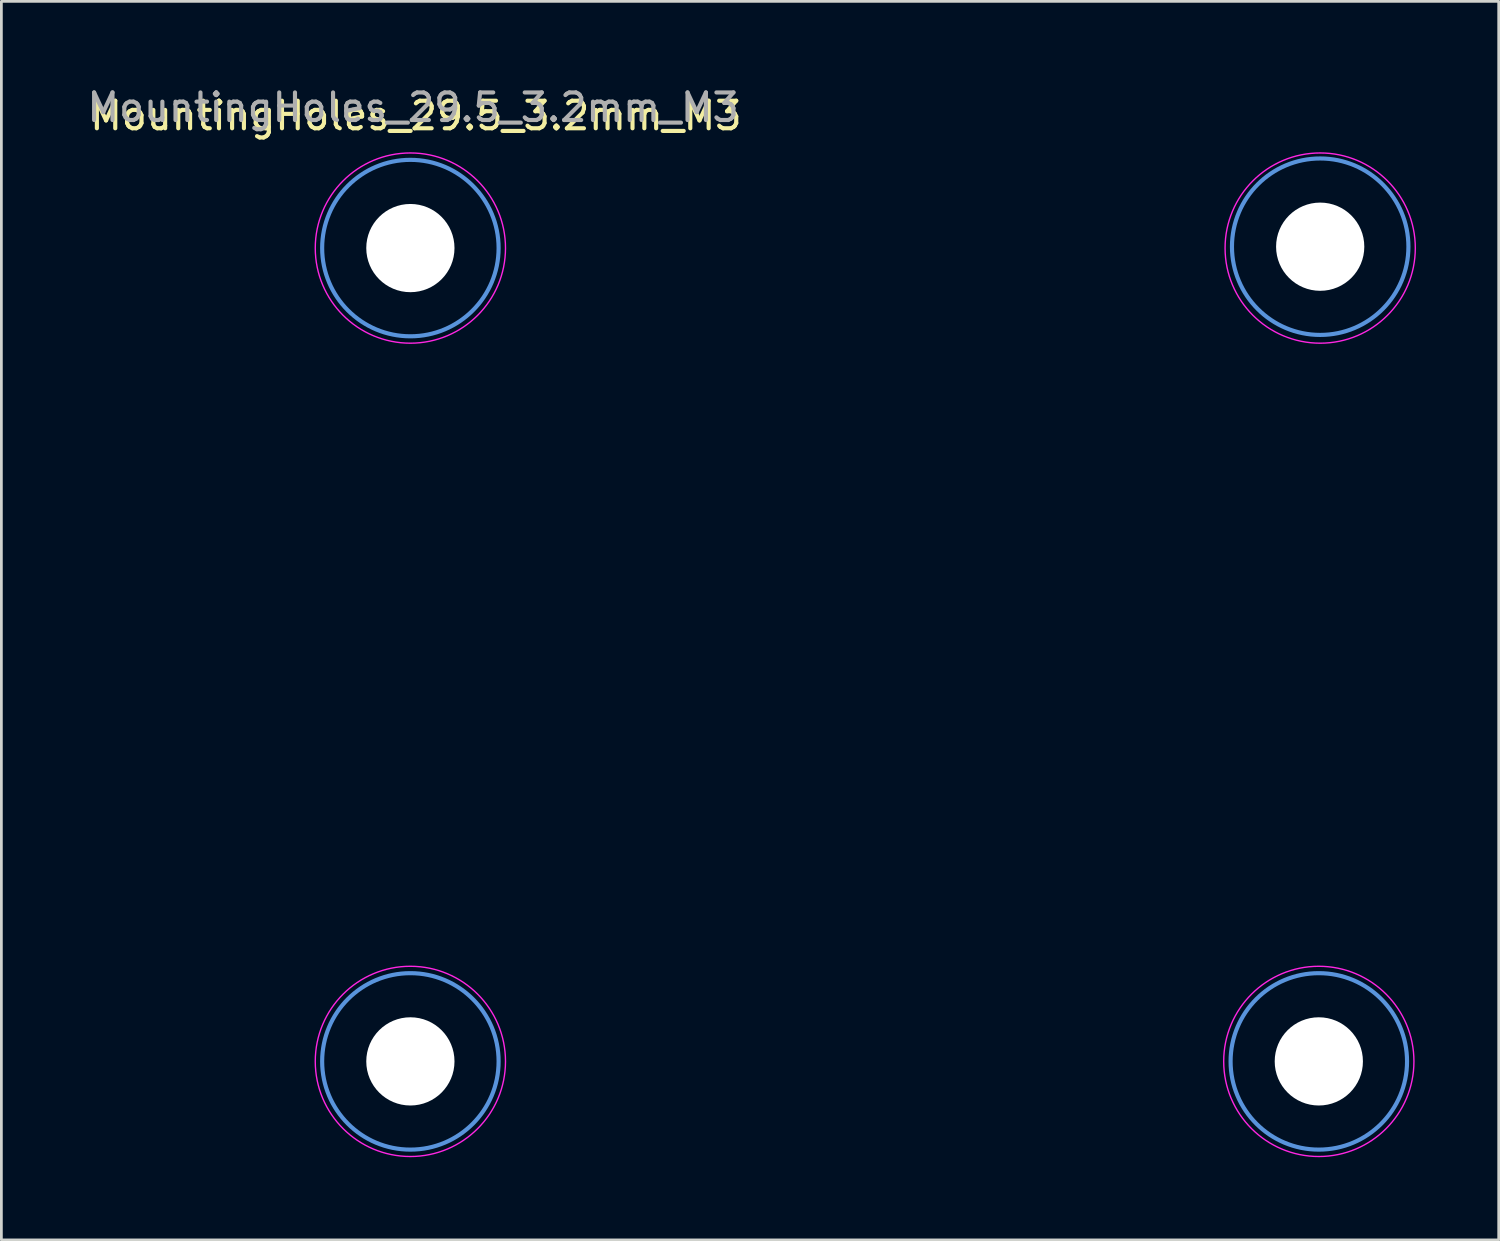
<source format=kicad_pcb>
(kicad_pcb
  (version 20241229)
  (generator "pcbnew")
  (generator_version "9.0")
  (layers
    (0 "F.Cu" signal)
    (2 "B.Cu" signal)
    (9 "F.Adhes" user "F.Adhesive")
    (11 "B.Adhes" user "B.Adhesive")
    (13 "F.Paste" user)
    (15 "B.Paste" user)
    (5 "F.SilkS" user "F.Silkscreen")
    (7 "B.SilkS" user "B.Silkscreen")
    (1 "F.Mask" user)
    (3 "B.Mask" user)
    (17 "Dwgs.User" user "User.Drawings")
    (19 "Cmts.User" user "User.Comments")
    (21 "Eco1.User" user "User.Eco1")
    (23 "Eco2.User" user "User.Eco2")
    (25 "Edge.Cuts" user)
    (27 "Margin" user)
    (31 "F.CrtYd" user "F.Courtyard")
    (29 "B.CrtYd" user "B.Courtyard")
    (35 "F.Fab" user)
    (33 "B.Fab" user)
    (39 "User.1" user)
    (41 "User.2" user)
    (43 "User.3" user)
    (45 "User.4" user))
  (footprint "MountingHoles_29.5_3.2mm_M3"
    (layer "F.Cu")
    (at 11.835 5.948)
    (property "Reference" "MountingHoles_29.5_3.2mm_M3" (at 0.2 -4.8 0) (layer "F.SilkS") (effects (font (size 1 1) (thickness 0.15))))
    (attr exclude_from_pos_files)
    (fp_circle (center 0 0) (end 3.2 0) (stroke (width 0.15) (type solid)) (fill no) (layer "Cmts.User"))
    (fp_circle (center 0 29.5) (end 3.2 29.5) (stroke (width 0.15) (type solid)) (fill no) (layer "Cmts.User"))
    (fp_circle (center 32.95 29.5) (end 36.15 29.5) (stroke (width 0.15) (type solid)) (fill no) (layer "Cmts.User"))
    (fp_circle (center 33 -0.05) (end 36.2 -0.05) (stroke (width 0.15) (type solid)) (fill no) (layer "Cmts.User"))
    (fp_circle (center 0 0) (end 3.45 0) (stroke (width 0.05) (type solid)) (fill no) (layer "F.CrtYd"))
    (fp_circle (center 0 29.5) (end 3.45 29.5) (stroke (width 0.05) (type solid)) (fill no) (layer "F.CrtYd"))
    (fp_circle (center 32.95 29.5) (end 36.4 29.5) (stroke (width 0.05) (type solid)) (fill no) (layer "F.CrtYd"))
    (fp_circle (center 33 0) (end 36.45 0) (stroke (width 0.05) (type solid)) (fill no) (layer "F.CrtYd"))
    (fp_text user "${REFERENCE}" (at 0.1 -5.1 0) (layer "F.Fab") (effects (font (size 1 1) (thickness 0.15))))
    (pad "" np_thru_hole circle (at 0 0) (size 3.2 3.2) (drill 3.2) (layers "*.Cu" "*.Mask"))
    (pad "" np_thru_hole circle (at 0 29.5) (size 3.2 3.2) (drill 3.2) (layers "*.Cu" "*.Mask"))
    (pad "" np_thru_hole circle (at 32.95 29.5) (size 3.2 3.2) (drill 3.2) (layers "*.Cu" "*.Mask"))
    (pad "" np_thru_hole circle (at 33 -0.05) (size 3.2 3.2) (drill 3.2) (layers "*.Cu" "*.Mask")))
  (gr_rect
    (start -3 -3)
    (end 51.31 41.923)
    (stroke (width 0.1) (type default))
    (fill no)
    (layer "Edge.Cuts")))
</source>
